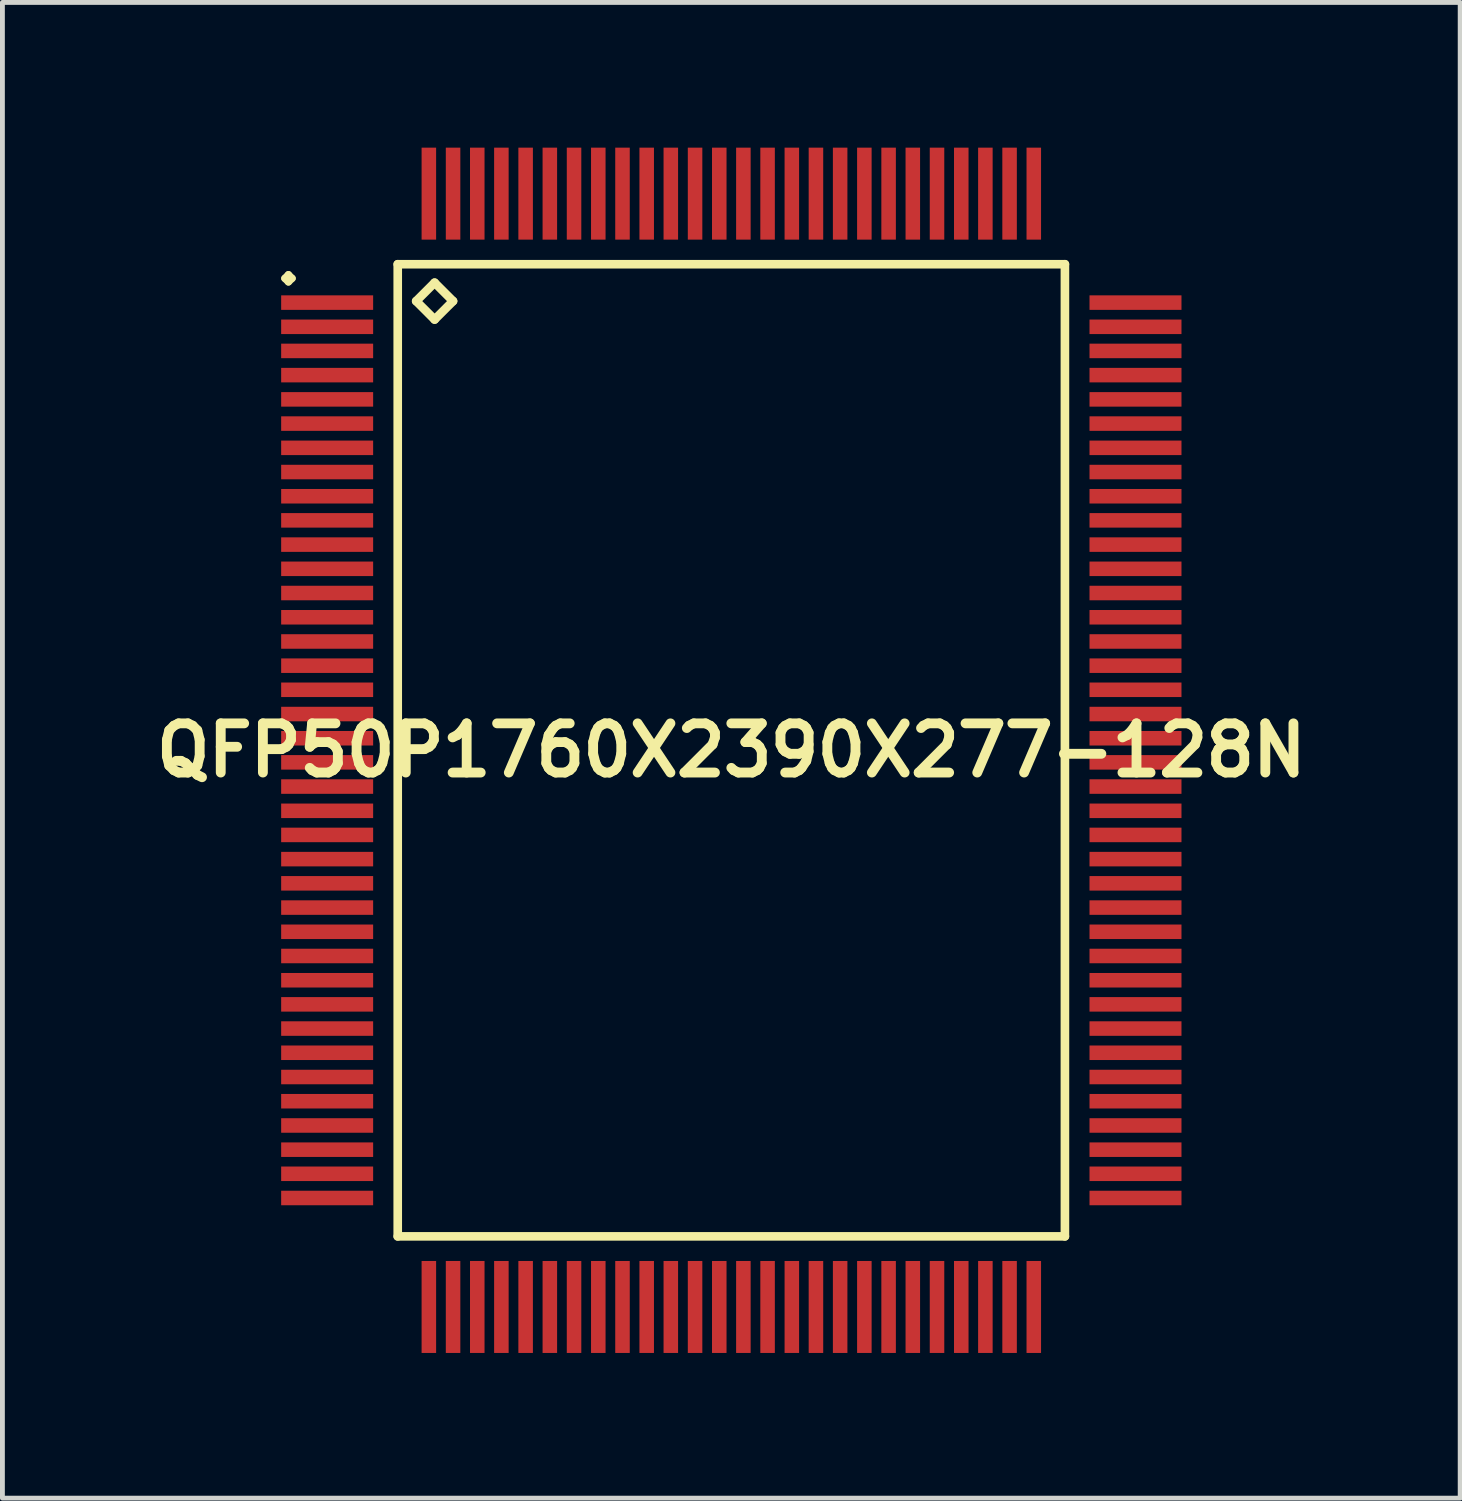
<source format=kicad_pcb>
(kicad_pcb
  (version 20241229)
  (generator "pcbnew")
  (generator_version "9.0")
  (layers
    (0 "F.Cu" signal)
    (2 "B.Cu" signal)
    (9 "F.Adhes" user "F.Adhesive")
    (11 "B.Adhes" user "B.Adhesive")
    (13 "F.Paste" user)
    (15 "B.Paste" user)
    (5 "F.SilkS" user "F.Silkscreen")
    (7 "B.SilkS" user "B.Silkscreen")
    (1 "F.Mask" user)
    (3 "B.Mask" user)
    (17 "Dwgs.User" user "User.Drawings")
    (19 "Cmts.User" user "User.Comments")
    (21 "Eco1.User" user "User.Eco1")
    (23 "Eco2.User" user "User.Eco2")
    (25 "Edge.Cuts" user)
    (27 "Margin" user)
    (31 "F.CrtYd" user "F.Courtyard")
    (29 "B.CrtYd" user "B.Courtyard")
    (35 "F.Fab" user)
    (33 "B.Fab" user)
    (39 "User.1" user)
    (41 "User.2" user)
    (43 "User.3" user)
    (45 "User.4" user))
  (footprint "QFP50P1760X2390X277-128N"
    (layer "F.Cu")
    (at 12.057 12.449)
    (property "Reference" "QFP50P1760X2390X277-128N" (at 0 0 0) (layer "F.SilkS") (effects (font (size 1.016 1.016) (thickness 0.203))))
    (attr smd)
    (fp_line (start -9.223 -9.749) (end -9.149 -9.825) (stroke (width 0.15) (type solid)) (layer "F.SilkS"))
    (fp_line (start -9.149 -9.825) (end -9.073 -9.749) (stroke (width 0.15) (type solid)) (layer "F.SilkS"))
    (fp_line (start -9.149 -9.675) (end -9.223 -9.749) (stroke (width 0.15) (type solid)) (layer "F.SilkS"))
    (fp_line (start -9.073 -9.749) (end -9.149 -9.675) (stroke (width 0.15) (type solid)) (layer "F.SilkS"))
    (fp_line (start -6.891 -10.041) (end -6.891 10.041) (stroke (width 0.178) (type solid)) (layer "F.SilkS"))
    (fp_line (start -6.891 10.041) (end 6.891 10.041) (stroke (width 0.178) (type solid)) (layer "F.SilkS"))
    (fp_line (start -6.51 -9.279) (end -6.129 -9.66) (stroke (width 0.178) (type solid)) (layer "F.SilkS"))
    (fp_line (start -6.129 -9.66) (end -5.748 -9.279) (stroke (width 0.178) (type solid)) (layer "F.SilkS"))
    (fp_line (start -6.129 -8.898) (end -6.51 -9.279) (stroke (width 0.178) (type solid)) (layer "F.SilkS"))
    (fp_line (start -5.748 -9.279) (end -6.129 -8.898) (stroke (width 0.178) (type solid)) (layer "F.SilkS"))
    (fp_line (start 6.891 -10.041) (end -6.891 -10.041) (stroke (width 0.178) (type solid)) (layer "F.SilkS"))
    (fp_line (start 6.891 10.041) (end 6.891 -10.041) (stroke (width 0.178) (type solid)) (layer "F.SilkS"))
    (pad "1" smd rect (at -8.349 -9.248) (size 1.9 0.3) (layers "F.Cu" "F.Mask" "F.Paste"))
    (pad "2" smd rect (at -8.349 -8.748) (size 1.9 0.3) (layers "F.Cu" "F.Mask" "F.Paste"))
    (pad "3" smd rect (at -8.349 -8.25) (size 1.9 0.3) (layers "F.Cu" "F.Mask" "F.Paste"))
    (pad "4" smd rect (at -8.349 -7.75) (size 1.9 0.3) (layers "F.Cu" "F.Mask" "F.Paste"))
    (pad "5" smd rect (at -8.349 -7.249) (size 1.9 0.3) (layers "F.Cu" "F.Mask" "F.Paste"))
    (pad "6" smd rect (at -8.349 -6.749) (size 1.9 0.3) (layers "F.Cu" "F.Mask" "F.Paste"))
    (pad "7" smd rect (at -8.349 -6.248) (size 1.9 0.3) (layers "F.Cu" "F.Mask" "F.Paste"))
    (pad "8" smd rect (at -8.349 -5.748) (size 1.9 0.3) (layers "F.Cu" "F.Mask" "F.Paste"))
    (pad "9" smd rect (at -8.349 -5.248) (size 1.9 0.3) (layers "F.Cu" "F.Mask" "F.Paste"))
    (pad "10" smd rect (at -8.349 -4.75) (size 1.9 0.3) (layers "F.Cu" "F.Mask" "F.Paste"))
    (pad "11" smd rect (at -8.349 -4.249) (size 1.9 0.3) (layers "F.Cu" "F.Mask" "F.Paste"))
    (pad "12" smd rect (at -8.349 -3.749) (size 1.9 0.3) (layers "F.Cu" "F.Mask" "F.Paste"))
    (pad "13" smd rect (at -8.349 -3.249) (size 1.9 0.3) (layers "F.Cu" "F.Mask" "F.Paste"))
    (pad "14" smd rect (at -8.349 -2.748) (size 1.9 0.3) (layers "F.Cu" "F.Mask" "F.Paste"))
    (pad "15" smd rect (at -8.349 -2.248) (size 1.9 0.3) (layers "F.Cu" "F.Mask" "F.Paste"))
    (pad "16" smd rect (at -8.349 -1.748) (size 1.9 0.3) (layers "F.Cu" "F.Mask" "F.Paste"))
    (pad "17" smd rect (at -8.349 -1.25) (size 1.9 0.3) (layers "F.Cu" "F.Mask" "F.Paste"))
    (pad "18" smd rect (at -8.349 -0.749) (size 1.9 0.3) (layers "F.Cu" "F.Mask" "F.Paste"))
    (pad "19" smd rect (at -8.349 -0.249) (size 1.9 0.3) (layers "F.Cu" "F.Mask" "F.Paste"))
    (pad "20" smd rect (at -8.349 0.249) (size 1.9 0.3) (layers "F.Cu" "F.Mask" "F.Paste"))
    (pad "21" smd rect (at -8.349 0.749) (size 1.9 0.3) (layers "F.Cu" "F.Mask" "F.Paste"))
    (pad "22" smd rect (at -8.349 1.25) (size 1.9 0.3) (layers "F.Cu" "F.Mask" "F.Paste"))
    (pad "23" smd rect (at -8.349 1.748) (size 1.9 0.3) (layers "F.Cu" "F.Mask" "F.Paste"))
    (pad "24" smd rect (at -8.349 2.248) (size 1.9 0.3) (layers "F.Cu" "F.Mask" "F.Paste"))
    (pad "25" smd rect (at -8.349 2.748) (size 1.9 0.3) (layers "F.Cu" "F.Mask" "F.Paste"))
    (pad "26" smd rect (at -8.349 3.249) (size 1.9 0.3) (layers "F.Cu" "F.Mask" "F.Paste"))
    (pad "27" smd rect (at -8.349 3.749) (size 1.9 0.3) (layers "F.Cu" "F.Mask" "F.Paste"))
    (pad "28" smd rect (at -8.349 4.249) (size 1.9 0.3) (layers "F.Cu" "F.Mask" "F.Paste"))
    (pad "29" smd rect (at -8.349 4.75) (size 1.9 0.3) (layers "F.Cu" "F.Mask" "F.Paste"))
    (pad "30" smd rect (at -8.349 5.248) (size 1.9 0.3) (layers "F.Cu" "F.Mask" "F.Paste"))
    (pad "31" smd rect (at -8.349 5.748) (size 1.9 0.3) (layers "F.Cu" "F.Mask" "F.Paste"))
    (pad "32" smd rect (at -8.349 6.248) (size 1.9 0.3) (layers "F.Cu" "F.Mask" "F.Paste"))
    (pad "33" smd rect (at -8.349 6.749) (size 1.9 0.3) (layers "F.Cu" "F.Mask" "F.Paste"))
    (pad "34" smd rect (at -8.349 7.249) (size 1.9 0.3) (layers "F.Cu" "F.Mask" "F.Paste"))
    (pad "35" smd rect (at -8.349 7.75) (size 1.9 0.3) (layers "F.Cu" "F.Mask" "F.Paste"))
    (pad "36" smd rect (at -8.349 8.25) (size 1.9 0.3) (layers "F.Cu" "F.Mask" "F.Paste"))
    (pad "37" smd rect (at -8.349 8.748) (size 1.9 0.3) (layers "F.Cu" "F.Mask" "F.Paste"))
    (pad "38" smd rect (at -8.349 9.248) (size 1.9 0.3) (layers "F.Cu" "F.Mask" "F.Paste"))
    (pad "39" smd rect (at -6.248 11.499) (size 0.3 1.9) (layers "F.Cu" "F.Mask" "F.Paste"))
    (pad "40" smd rect (at -5.748 11.499) (size 0.3 1.9) (layers "F.Cu" "F.Mask" "F.Paste"))
    (pad "41" smd rect (at -5.248 11.499) (size 0.3 1.9) (layers "F.Cu" "F.Mask" "F.Paste"))
    (pad "42" smd rect (at -4.75 11.499) (size 0.3 1.9) (layers "F.Cu" "F.Mask" "F.Paste"))
    (pad "43" smd rect (at -4.249 11.499) (size 0.3 1.9) (layers "F.Cu" "F.Mask" "F.Paste"))
    (pad "44" smd rect (at -3.749 11.499) (size 0.3 1.9) (layers "F.Cu" "F.Mask" "F.Paste"))
    (pad "45" smd rect (at -3.249 11.499) (size 0.3 1.9) (layers "F.Cu" "F.Mask" "F.Paste"))
    (pad "46" smd rect (at -2.748 11.499) (size 0.3 1.9) (layers "F.Cu" "F.Mask" "F.Paste"))
    (pad "47" smd rect (at -2.248 11.499) (size 0.3 1.9) (layers "F.Cu" "F.Mask" "F.Paste"))
    (pad "48" smd rect (at -1.748 11.499) (size 0.3 1.9) (layers "F.Cu" "F.Mask" "F.Paste"))
    (pad "49" smd rect (at -1.25 11.499) (size 0.3 1.9) (layers "F.Cu" "F.Mask" "F.Paste"))
    (pad "50" smd rect (at -0.749 11.499) (size 0.3 1.9) (layers "F.Cu" "F.Mask" "F.Paste"))
    (pad "51" smd rect (at -0.249 11.499) (size 0.3 1.9) (layers "F.Cu" "F.Mask" "F.Paste"))
    (pad "52" smd rect (at 0.249 11.499) (size 0.3 1.9) (layers "F.Cu" "F.Mask" "F.Paste"))
    (pad "53" smd rect (at 0.749 11.499) (size 0.3 1.9) (layers "F.Cu" "F.Mask" "F.Paste"))
    (pad "54" smd rect (at 1.25 11.499) (size 0.3 1.9) (layers "F.Cu" "F.Mask" "F.Paste"))
    (pad "55" smd rect (at 1.748 11.499) (size 0.3 1.9) (layers "F.Cu" "F.Mask" "F.Paste"))
    (pad "56" smd rect (at 2.248 11.499) (size 0.3 1.9) (layers "F.Cu" "F.Mask" "F.Paste"))
    (pad "57" smd rect (at 2.748 11.499) (size 0.3 1.9) (layers "F.Cu" "F.Mask" "F.Paste"))
    (pad "58" smd rect (at 3.249 11.499) (size 0.3 1.9) (layers "F.Cu" "F.Mask" "F.Paste"))
    (pad "59" smd rect (at 3.749 11.499) (size 0.3 1.9) (layers "F.Cu" "F.Mask" "F.Paste"))
    (pad "60" smd rect (at 4.249 11.499) (size 0.3 1.9) (layers "F.Cu" "F.Mask" "F.Paste"))
    (pad "61" smd rect (at 4.75 11.499) (size 0.3 1.9) (layers "F.Cu" "F.Mask" "F.Paste"))
    (pad "62" smd rect (at 5.248 11.499) (size 0.3 1.9) (layers "F.Cu" "F.Mask" "F.Paste"))
    (pad "63" smd rect (at 5.748 11.499) (size 0.3 1.9) (layers "F.Cu" "F.Mask" "F.Paste"))
    (pad "64" smd rect (at 6.248 11.499) (size 0.3 1.9) (layers "F.Cu" "F.Mask" "F.Paste"))
    (pad "65" smd rect (at 8.349 9.248) (size 1.9 0.3) (layers "F.Cu" "F.Mask" "F.Paste"))
    (pad "66" smd rect (at 8.349 8.748) (size 1.9 0.3) (layers "F.Cu" "F.Mask" "F.Paste"))
    (pad "67" smd rect (at 8.349 8.25) (size 1.9 0.3) (layers "F.Cu" "F.Mask" "F.Paste"))
    (pad "68" smd rect (at 8.349 7.75) (size 1.9 0.3) (layers "F.Cu" "F.Mask" "F.Paste"))
    (pad "69" smd rect (at 8.349 7.249) (size 1.9 0.3) (layers "F.Cu" "F.Mask" "F.Paste"))
    (pad "70" smd rect (at 8.349 6.749) (size 1.9 0.3) (layers "F.Cu" "F.Mask" "F.Paste"))
    (pad "71" smd rect (at 8.349 6.248) (size 1.9 0.3) (layers "F.Cu" "F.Mask" "F.Paste"))
    (pad "72" smd rect (at 8.349 5.748) (size 1.9 0.3) (layers "F.Cu" "F.Mask" "F.Paste"))
    (pad "73" smd rect (at 8.349 5.248) (size 1.9 0.3) (layers "F.Cu" "F.Mask" "F.Paste"))
    (pad "74" smd rect (at 8.349 4.75) (size 1.9 0.3) (layers "F.Cu" "F.Mask" "F.Paste"))
    (pad "75" smd rect (at 8.349 4.249) (size 1.9 0.3) (layers "F.Cu" "F.Mask" "F.Paste"))
    (pad "76" smd rect (at 8.349 3.749) (size 1.9 0.3) (layers "F.Cu" "F.Mask" "F.Paste"))
    (pad "77" smd rect (at 8.349 3.249) (size 1.9 0.3) (layers "F.Cu" "F.Mask" "F.Paste"))
    (pad "78" smd rect (at 8.349 2.748) (size 1.9 0.3) (layers "F.Cu" "F.Mask" "F.Paste"))
    (pad "79" smd rect (at 8.349 2.248) (size 1.9 0.3) (layers "F.Cu" "F.Mask" "F.Paste"))
    (pad "80" smd rect (at 8.349 1.748) (size 1.9 0.3) (layers "F.Cu" "F.Mask" "F.Paste"))
    (pad "81" smd rect (at 8.349 1.25) (size 1.9 0.3) (layers "F.Cu" "F.Mask" "F.Paste"))
    (pad "82" smd rect (at 8.349 0.749) (size 1.9 0.3) (layers "F.Cu" "F.Mask" "F.Paste"))
    (pad "83" smd rect (at 8.349 0.249) (size 1.9 0.3) (layers "F.Cu" "F.Mask" "F.Paste"))
    (pad "84" smd rect (at 8.349 -0.249) (size 1.9 0.3) (layers "F.Cu" "F.Mask" "F.Paste"))
    (pad "85" smd rect (at 8.349 -0.749) (size 1.9 0.3) (layers "F.Cu" "F.Mask" "F.Paste"))
    (pad "86" smd rect (at 8.349 -1.25) (size 1.9 0.3) (layers "F.Cu" "F.Mask" "F.Paste"))
    (pad "87" smd rect (at 8.349 -1.748) (size 1.9 0.3) (layers "F.Cu" "F.Mask" "F.Paste"))
    (pad "88" smd rect (at 8.349 -2.248) (size 1.9 0.3) (layers "F.Cu" "F.Mask" "F.Paste"))
    (pad "89" smd rect (at 8.349 -2.748) (size 1.9 0.3) (layers "F.Cu" "F.Mask" "F.Paste"))
    (pad "90" smd rect (at 8.349 -3.249) (size 1.9 0.3) (layers "F.Cu" "F.Mask" "F.Paste"))
    (pad "91" smd rect (at 8.349 -3.749) (size 1.9 0.3) (layers "F.Cu" "F.Mask" "F.Paste"))
    (pad "92" smd rect (at 8.349 -4.249) (size 1.9 0.3) (layers "F.Cu" "F.Mask" "F.Paste"))
    (pad "93" smd rect (at 8.349 -4.75) (size 1.9 0.3) (layers "F.Cu" "F.Mask" "F.Paste"))
    (pad "94" smd rect (at 8.349 -5.248) (size 1.9 0.3) (layers "F.Cu" "F.Mask" "F.Paste"))
    (pad "95" smd rect (at 8.349 -5.748) (size 1.9 0.3) (layers "F.Cu" "F.Mask" "F.Paste"))
    (pad "96" smd rect (at 8.349 -6.248) (size 1.9 0.3) (layers "F.Cu" "F.Mask" "F.Paste"))
    (pad "97" smd rect (at 8.349 -6.749) (size 1.9 0.3) (layers "F.Cu" "F.Mask" "F.Paste"))
    (pad "98" smd rect (at 8.349 -7.249) (size 1.9 0.3) (layers "F.Cu" "F.Mask" "F.Paste"))
    (pad "99" smd rect (at 8.349 -7.75) (size 1.9 0.3) (layers "F.Cu" "F.Mask" "F.Paste"))
    (pad "100" smd rect (at 8.349 -8.25) (size 1.9 0.3) (layers "F.Cu" "F.Mask" "F.Paste"))
    (pad "101" smd rect (at 8.349 -8.748) (size 1.9 0.3) (layers "F.Cu" "F.Mask" "F.Paste"))
    (pad "102" smd rect (at 8.349 -9.248) (size 1.9 0.3) (layers "F.Cu" "F.Mask" "F.Paste"))
    (pad "103" smd rect (at 6.248 -11.499) (size 0.3 1.9) (layers "F.Cu" "F.Mask" "F.Paste"))
    (pad "104" smd rect (at 5.748 -11.499) (size 0.3 1.9) (layers "F.Cu" "F.Mask" "F.Paste"))
    (pad "105" smd rect (at 5.248 -11.499) (size 0.3 1.9) (layers "F.Cu" "F.Mask" "F.Paste"))
    (pad "106" smd rect (at 4.75 -11.499) (size 0.3 1.9) (layers "F.Cu" "F.Mask" "F.Paste"))
    (pad "107" smd rect (at 4.249 -11.499) (size 0.3 1.9) (layers "F.Cu" "F.Mask" "F.Paste"))
    (pad "108" smd rect (at 3.749 -11.499) (size 0.3 1.9) (layers "F.Cu" "F.Mask" "F.Paste"))
    (pad "109" smd rect (at 3.249 -11.499) (size 0.3 1.9) (layers "F.Cu" "F.Mask" "F.Paste"))
    (pad "110" smd rect (at 2.748 -11.499) (size 0.3 1.9) (layers "F.Cu" "F.Mask" "F.Paste"))
    (pad "111" smd rect (at 2.248 -11.499) (size 0.3 1.9) (layers "F.Cu" "F.Mask" "F.Paste"))
    (pad "112" smd rect (at 1.748 -11.499) (size 0.3 1.9) (layers "F.Cu" "F.Mask" "F.Paste"))
    (pad "113" smd rect (at 1.25 -11.499) (size 0.3 1.9) (layers "F.Cu" "F.Mask" "F.Paste"))
    (pad "114" smd rect (at 0.749 -11.499) (size 0.3 1.9) (layers "F.Cu" "F.Mask" "F.Paste"))
    (pad "115" smd rect (at 0.249 -11.499) (size 0.3 1.9) (layers "F.Cu" "F.Mask" "F.Paste"))
    (pad "116" smd rect (at -0.249 -11.499) (size 0.3 1.9) (layers "F.Cu" "F.Mask" "F.Paste"))
    (pad "117" smd rect (at -0.749 -11.499) (size 0.3 1.9) (layers "F.Cu" "F.Mask" "F.Paste"))
    (pad "118" smd rect (at -1.25 -11.499) (size 0.3 1.9) (layers "F.Cu" "F.Mask" "F.Paste"))
    (pad "119" smd rect (at -1.748 -11.499) (size 0.3 1.9) (layers "F.Cu" "F.Mask" "F.Paste"))
    (pad "120" smd rect (at -2.248 -11.499) (size 0.3 1.9) (layers "F.Cu" "F.Mask" "F.Paste"))
    (pad "121" smd rect (at -2.748 -11.499) (size 0.3 1.9) (layers "F.Cu" "F.Mask" "F.Paste"))
    (pad "122" smd rect (at -3.249 -11.499) (size 0.3 1.9) (layers "F.Cu" "F.Mask" "F.Paste"))
    (pad "123" smd rect (at -3.749 -11.499) (size 0.3 1.9) (layers "F.Cu" "F.Mask" "F.Paste"))
    (pad "124" smd rect (at -4.249 -11.499) (size 0.3 1.9) (layers "F.Cu" "F.Mask" "F.Paste"))
    (pad "125" smd rect (at -4.75 -11.499) (size 0.3 1.9) (layers "F.Cu" "F.Mask" "F.Paste"))
    (pad "126" smd rect (at -5.248 -11.499) (size 0.3 1.9) (layers "F.Cu" "F.Mask" "F.Paste"))
    (pad "127" smd rect (at -5.748 -11.499) (size 0.3 1.9) (layers "F.Cu" "F.Mask" "F.Paste"))
    (pad "128" smd rect (at -6.248 -11.499) (size 0.3 1.9) (layers "F.Cu" "F.Mask" "F.Paste")))
  (gr_rect
    (start -3 -3)
    (end 27.113 27.897)
    (stroke (width 0.1) (type default))
    (fill no)
    (layer "Edge.Cuts")))
</source>
